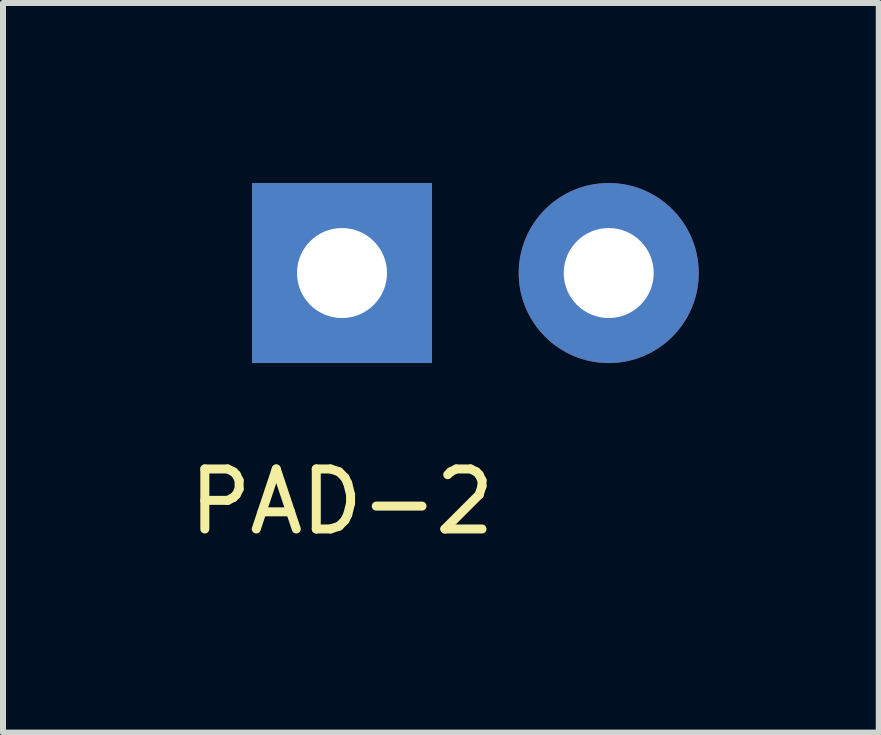
<source format=kicad_pcb>
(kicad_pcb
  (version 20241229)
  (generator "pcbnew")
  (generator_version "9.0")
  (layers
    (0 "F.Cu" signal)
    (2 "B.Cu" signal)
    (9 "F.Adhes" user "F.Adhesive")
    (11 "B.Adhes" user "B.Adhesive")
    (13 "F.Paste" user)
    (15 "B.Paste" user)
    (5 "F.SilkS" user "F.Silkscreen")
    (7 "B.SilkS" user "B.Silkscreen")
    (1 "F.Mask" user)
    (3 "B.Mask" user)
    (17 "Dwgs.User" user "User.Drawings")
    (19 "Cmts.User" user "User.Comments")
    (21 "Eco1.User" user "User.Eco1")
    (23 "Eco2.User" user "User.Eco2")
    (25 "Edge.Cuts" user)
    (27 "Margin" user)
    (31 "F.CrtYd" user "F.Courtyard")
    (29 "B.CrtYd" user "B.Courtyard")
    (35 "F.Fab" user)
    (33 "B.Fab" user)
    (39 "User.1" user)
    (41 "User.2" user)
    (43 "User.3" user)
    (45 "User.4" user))
  (footprint "PAD-2"
    (layer "F.Cu")
    (at 2.649 1.5)
    (property "Reference" "PAD-2" (at 0 3.81 0) (layer "F.SilkS") (effects (font (size 1 1) (thickness 0.15))))
    (attr through_hole)
    (pad "1" thru_hole rect (at 0 0) (size 3 3) (drill 1.5) (layers "*.Cu" "*.Mask"))
    (pad "2" thru_hole oval (at 4.445 0) (size 3 3) (drill 1.5) (layers "*.Cu" "*.Mask")))
  (gr_rect
    (start -3 -3)
    (end 11.594 9.158)
    (stroke (width 0.1) (type default))
    (fill no)
    (layer "Edge.Cuts")))
</source>
